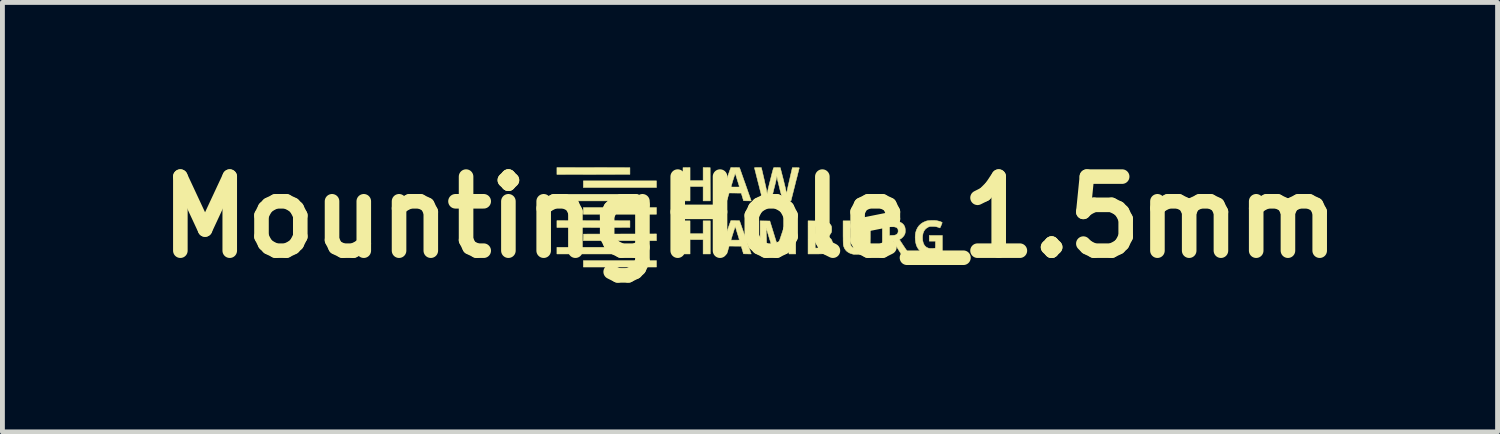
<source format=kicad_pcb>
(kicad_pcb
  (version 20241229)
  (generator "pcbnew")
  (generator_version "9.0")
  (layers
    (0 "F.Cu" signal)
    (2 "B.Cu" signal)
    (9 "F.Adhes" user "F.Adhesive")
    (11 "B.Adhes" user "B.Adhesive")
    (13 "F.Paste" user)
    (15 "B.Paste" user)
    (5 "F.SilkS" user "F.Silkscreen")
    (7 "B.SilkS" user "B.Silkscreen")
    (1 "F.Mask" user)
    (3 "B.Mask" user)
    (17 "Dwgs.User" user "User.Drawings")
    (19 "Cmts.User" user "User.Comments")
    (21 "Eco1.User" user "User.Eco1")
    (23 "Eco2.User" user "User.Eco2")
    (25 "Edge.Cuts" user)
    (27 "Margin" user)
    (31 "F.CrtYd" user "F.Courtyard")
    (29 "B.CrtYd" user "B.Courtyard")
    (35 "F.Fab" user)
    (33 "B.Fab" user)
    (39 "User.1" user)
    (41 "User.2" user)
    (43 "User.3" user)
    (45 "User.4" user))
  (footprint "MountingHole_1.5mm"
    (layer "F.Cu")
    (at 12.381 1.418)
    (property "Reference" "MountingHole_1.5mm" (at 0 0 0) (layer "F.SilkS") (effects (font (size 1.524 1.524) (thickness 0.3))))
    (attr through_hole)
    (fp_poly (pts (xy -2.469 -0.335) (xy -3.973 -0.335) (xy -3.973 -0.472) (xy -2.469 -0.472) (xy -2.469 -0.335)) (stroke (width 0.01) (type solid)) (fill yes) (layer "F.SilkS"))
    (fp_poly (pts (xy -2.469 0.757) (xy -3.973 0.757) (xy -3.973 0.62) (xy -2.469 0.62) (xy -2.469 0.757)) (stroke (width 0.01) (type solid)) (fill yes) (layer "F.SilkS"))
    (fp_poly (pts (xy -1.925 -0.61) (xy -3.429 -0.61) (xy -3.429 -0.747) (xy -1.925 -0.747) (xy -1.925 -0.61)) (stroke (width 0.01) (type solid)) (fill yes) (layer "F.SilkS"))
    (fp_poly (pts (xy -1.925 -0.061) (xy -3.429 -0.061) (xy -3.429 -0.198) (xy -1.925 -0.198) (xy -1.925 -0.061)) (stroke (width 0.01) (type solid)) (fill yes) (layer "F.SilkS"))
    (fp_poly (pts (xy -1.925 1.026) (xy -3.429 1.026) (xy -3.429 0.894) (xy -1.925 0.894) (xy -1.925 1.026)) (stroke (width 0.01) (type solid)) (fill yes) (layer "F.SilkS"))
    (fp_poly (pts (xy -2.471 0.074) (xy -2.471 0.211) (xy -3.222 0.212) (xy -3.973 0.213) (xy -3.973 0.071) (xy -2.471 0.074)) (stroke (width 0.01) (type solid)) (fill yes) (layer "F.SilkS"))
    (fp_poly (pts (xy -1.925 0.483) (xy -3.429 0.483) (xy -3.428 0.415) (xy -3.426 0.348) (xy -1.925 0.345) (xy -1.925 0.483)) (stroke (width 0.01) (type solid)) (fill yes) (layer "F.SilkS"))
    (fp_poly (pts (xy -3.222 -1.02) (xy -2.471 -1.019) (xy -2.471 -0.881) (xy -3.222 -0.88) (xy -3.973 -0.879) (xy -3.973 -1.021) (xy -3.222 -1.02)) (stroke (width 0.01) (type solid)) (fill yes) (layer "F.SilkS"))
    (fp_poly (pts (xy -1.234 0.34) (xy -0.965 0.34) (xy -0.965 0.076) (xy -0.818 0.076) (xy -0.818 0.757) (xy -0.965 0.757) (xy -0.965 0.462) (xy -1.234 0.462) (xy -1.234 0.757) (xy -1.382 0.757) (xy -1.382 0.076) (xy -1.234 0.076) (xy -1.234 0.34)) (stroke (width 0.01) (type solid)) (fill yes) (layer "F.SilkS"))
    (fp_poly (pts (xy -0.893 -1.02) (xy -0.82 -1.019) (xy -0.819 -0.677) (xy -0.818 -0.335) (xy -0.965 -0.335) (xy -0.965 -0.63) (xy -1.234 -0.63) (xy -1.234 -0.335) (xy -1.382 -0.335) (xy -1.379 -1.019) (xy -1.307 -1.02) (xy -1.234 -1.021) (xy -1.234 -0.752) (xy -0.965 -0.752) (xy -0.965 -1.021) (xy -0.893 -1.02)) (stroke (width 0.01) (type solid)) (fill yes) (layer "F.SilkS"))
    (fp_poly (pts (xy 0.94 0.757) (xy 0.801 0.757) (xy 0.806 0.226) (xy 0.632 0.754) (xy 0.496 0.754) (xy 0.415 0.489) (xy 0.399 0.439) (xy 0.385 0.393) (xy 0.372 0.35) (xy 0.36 0.312) (xy 0.35 0.28) (xy 0.342 0.255) (xy 0.336 0.237) (xy 0.332 0.227) (xy 0.332 0.225) (xy 0.332 0.231) (xy 0.332 0.245) (xy 0.332 0.266) (xy 0.333 0.292) (xy 0.335 0.323) (xy 0.335 0.331) (xy 0.336 0.364) (xy 0.338 0.404) (xy 0.339 0.45) (xy 0.34 0.498) (xy 0.34 0.547) (xy 0.34 0.593) (xy 0.34 0.596) (xy 0.34 0.757) (xy 0.208 0.757) (xy 0.208 0.076) (xy 0.308 0.077) (xy 0.408 0.079) (xy 0.487 0.334) (xy 0.502 0.383) (xy 0.516 0.429) (xy 0.529 0.47) (xy 0.541 0.507) (xy 0.551 0.538) (xy 0.559 0.563) (xy 0.565 0.58) (xy 0.568 0.588) (xy 0.569 0.589) (xy 0.571 0.585) (xy 0.576 0.571) (xy 0.583 0.55) (xy 0.593 0.521) (xy 0.605 0.487) (xy 0.618 0.447) (xy 0.633 0.403) (xy 0.648 0.356) (xy 0.656 0.334) (xy 0.739 0.079) (xy 0.84 0.077) (xy 0.94 0.076) (xy 0.94 0.757)) (stroke (width 0.01) (type solid)) (fill yes) (layer "F.SilkS"))
    (fp_poly (pts (xy 2.859 0.076) (xy 2.908 0.077) (xy 2.949 0.077) (xy 2.982 0.079) (xy 3.01 0.081) (xy 3.033 0.085) (xy 3.053 0.089) (xy 3.072 0.095) (xy 3.09 0.103) (xy 3.096 0.106) (xy 3.132 0.128) (xy 3.161 0.157) (xy 3.179 0.188) (xy 3.189 0.217) (xy 3.194 0.252) (xy 3.195 0.288) (xy 3.192 0.322) (xy 3.185 0.347) (xy 3.171 0.374) (xy 3.151 0.401) (xy 3.126 0.426) (xy 3.101 0.445) (xy 3.099 0.446) (xy 3.086 0.453) (xy 3.077 0.459) (xy 3.074 0.46) (xy 3.076 0.465) (xy 3.084 0.476) (xy 3.095 0.494) (xy 3.109 0.516) (xy 3.127 0.542) (xy 3.145 0.571) (xy 3.165 0.6) (xy 3.185 0.63) (xy 3.204 0.658) (xy 3.222 0.684) (xy 3.237 0.707) (xy 3.25 0.725) (xy 3.25 0.725) (xy 3.272 0.757) (xy 3.109 0.757) (xy 3.029 0.628) (xy 2.949 0.498) (xy 2.91 0.498) (xy 2.87 0.498) (xy 2.87 0.757) (xy 2.723 0.757) (xy 2.723 0.377) (xy 2.87 0.377) (xy 2.925 0.375) (xy 2.951 0.374) (xy 2.971 0.372) (xy 2.985 0.369) (xy 2.998 0.364) (xy 3.004 0.361) (xy 3.026 0.346) (xy 3.04 0.327) (xy 3.047 0.303) (xy 3.048 0.282) (xy 3.045 0.253) (xy 3.035 0.232) (xy 3.019 0.216) (xy 3.01 0.211) (xy 2.986 0.203) (xy 2.956 0.197) (xy 2.921 0.194) (xy 2.902 0.193) (xy 2.87 0.193) (xy 2.87 0.377) (xy 2.723 0.377) (xy 2.723 0.076) (xy 2.859 0.076)) (stroke (width 0.01) (type solid)) (fill yes) (layer "F.SilkS"))
    (fp_poly (pts (xy 2.403 0.076) (xy 2.474 0.076) (xy 2.474 0.319) (xy 2.474 0.378) (xy 2.474 0.428) (xy 2.473 0.469) (xy 2.473 0.503) (xy 2.472 0.532) (xy 2.47 0.554) (xy 2.469 0.573) (xy 2.466 0.588) (xy 2.463 0.601) (xy 2.459 0.613) (xy 2.454 0.624) (xy 2.448 0.636) (xy 2.446 0.639) (xy 2.423 0.675) (xy 2.39 0.706) (xy 2.35 0.732) (xy 2.303 0.752) (xy 2.296 0.754) (xy 2.277 0.758) (xy 2.25 0.762) (xy 2.22 0.764) (xy 2.188 0.765) (xy 2.158 0.765) (xy 2.133 0.764) (xy 2.122 0.762) (xy 2.076 0.75) (xy 2.034 0.731) (xy 1.997 0.707) (xy 1.97 0.68) (xy 1.947 0.647) (xy 1.93 0.609) (xy 1.92 0.574) (xy 1.919 0.563) (xy 1.918 0.543) (xy 1.917 0.514) (xy 1.916 0.478) (xy 1.916 0.436) (xy 1.915 0.388) (xy 1.915 0.337) (xy 1.915 0.312) (xy 1.915 0.076) (xy 2.062 0.076) (xy 2.064 0.319) (xy 2.064 0.375) (xy 2.064 0.421) (xy 2.065 0.46) (xy 2.065 0.491) (xy 2.066 0.515) (xy 2.066 0.534) (xy 2.067 0.549) (xy 2.069 0.559) (xy 2.07 0.567) (xy 2.072 0.573) (xy 2.074 0.578) (xy 2.076 0.582) (xy 2.092 0.607) (xy 2.112 0.624) (xy 2.136 0.636) (xy 2.167 0.641) (xy 2.195 0.642) (xy 2.232 0.64) (xy 2.262 0.634) (xy 2.285 0.621) (xy 2.303 0.602) (xy 2.317 0.575) (xy 2.32 0.568) (xy 2.322 0.562) (xy 2.324 0.554) (xy 2.325 0.544) (xy 2.327 0.53) (xy 2.328 0.511) (xy 2.328 0.487) (xy 2.329 0.457) (xy 2.33 0.42) (xy 2.33 0.375) (xy 2.331 0.32) (xy 2.331 0.311) (xy 2.332 0.076) (xy 2.403 0.076)) (stroke (width 0.01) (type solid)) (fill yes) (layer "F.SilkS"))
    (fp_poly (pts (xy -0.305 -1.02) (xy -0.216 -1.019) (xy -0.121 -0.749) (xy -0.102 -0.697) (xy -0.084 -0.645) (xy -0.066 -0.595) (xy -0.05 -0.548) (xy -0.035 -0.505) (xy -0.022 -0.468) (xy -0.011 -0.437) (xy -0.003 -0.415) (xy -0.001 -0.408) (xy 0.025 -0.335) (xy -0.054 -0.336) (xy -0.133 -0.338) (xy -0.157 -0.417) (xy -0.181 -0.495) (xy -0.43 -0.498) (xy -0.454 -0.417) (xy -0.479 -0.335) (xy -0.557 -0.335) (xy -0.584 -0.335) (xy -0.607 -0.336) (xy -0.624 -0.336) (xy -0.633 -0.337) (xy -0.635 -0.337) (xy -0.633 -0.342) (xy -0.629 -0.356) (xy -0.621 -0.377) (xy -0.612 -0.405) (xy -0.6 -0.439) (xy -0.586 -0.477) (xy -0.571 -0.52) (xy -0.555 -0.565) (xy -0.539 -0.613) (xy -0.534 -0.627) (xy -0.39 -0.627) (xy -0.389 -0.624) (xy -0.383 -0.622) (xy -0.372 -0.621) (xy -0.353 -0.62) (xy -0.326 -0.62) (xy -0.305 -0.62) (xy -0.273 -0.62) (xy -0.25 -0.62) (xy -0.235 -0.621) (xy -0.225 -0.622) (xy -0.221 -0.624) (xy -0.219 -0.627) (xy -0.22 -0.629) (xy -0.223 -0.642) (xy -0.229 -0.662) (xy -0.237 -0.687) (xy -0.246 -0.716) (xy -0.256 -0.747) (xy -0.266 -0.779) (xy -0.275 -0.81) (xy -0.284 -0.839) (xy -0.292 -0.864) (xy -0.299 -0.883) (xy -0.303 -0.896) (xy -0.304 -0.9) (xy -0.306 -0.896) (xy -0.311 -0.884) (xy -0.317 -0.865) (xy -0.325 -0.841) (xy -0.334 -0.812) (xy -0.344 -0.782) (xy -0.354 -0.75) (xy -0.363 -0.719) (xy -0.372 -0.689) (xy -0.38 -0.663) (xy -0.386 -0.642) (xy -0.39 -0.627) (xy -0.39 -0.627) (xy -0.534 -0.627) (xy -0.522 -0.661) (xy -0.505 -0.71) (xy -0.488 -0.758) (xy -0.472 -0.804) (xy -0.457 -0.847) (xy -0.443 -0.887) (xy -0.43 -0.922) (xy -0.42 -0.951) (xy -0.412 -0.974) (xy -0.406 -0.989) (xy -0.405 -0.992) (xy -0.395 -1.021) (xy -0.305 -1.02)) (stroke (width 0.01) (type solid)) (fill yes) (layer "F.SilkS"))
    (fp_poly (pts (xy -0.332 0.072) (xy -0.306 0.072) (xy -0.216 0.074) (xy -0.113 0.366) (xy -0.095 0.419) (xy -0.076 0.472) (xy -0.059 0.521) (xy -0.042 0.567) (xy -0.028 0.609) (xy -0.015 0.645) (xy -0.005 0.674) (xy 0.003 0.695) (xy 0.007 0.708) (xy 0.025 0.757) (xy -0.054 0.756) (xy -0.134 0.754) (xy -0.181 0.597) (xy -0.306 0.596) (xy -0.43 0.594) (xy -0.441 0.634) (xy -0.449 0.659) (xy -0.457 0.688) (xy -0.465 0.714) (xy -0.466 0.715) (xy -0.479 0.757) (xy -0.557 0.757) (xy -0.584 0.757) (xy -0.607 0.757) (xy -0.624 0.756) (xy -0.633 0.756) (xy -0.635 0.755) (xy -0.633 0.75) (xy -0.629 0.737) (xy -0.621 0.715) (xy -0.611 0.686) (xy -0.598 0.65) (xy -0.584 0.609) (xy -0.568 0.562) (xy -0.55 0.512) (xy -0.536 0.472) (xy -0.392 0.472) (xy -0.305 0.472) (xy -0.277 0.472) (xy -0.252 0.472) (xy -0.233 0.471) (xy -0.222 0.471) (xy -0.218 0.47) (xy -0.22 0.465) (xy -0.224 0.451) (xy -0.23 0.431) (xy -0.237 0.406) (xy -0.246 0.377) (xy -0.256 0.346) (xy -0.266 0.314) (xy -0.275 0.283) (xy -0.284 0.254) (xy -0.292 0.229) (xy -0.298 0.209) (xy -0.302 0.197) (xy -0.303 0.193) (xy -0.305 0.196) (xy -0.309 0.208) (xy -0.316 0.226) (xy -0.324 0.25) (xy -0.333 0.278) (xy -0.343 0.309) (xy -0.353 0.342) (xy -0.364 0.374) (xy -0.373 0.406) (xy -0.382 0.435) (xy -0.389 0.459) (xy -0.389 0.461) (xy -0.392 0.472) (xy -0.536 0.472) (xy -0.531 0.458) (xy -0.516 0.414) (xy -0.496 0.358) (xy -0.477 0.305) (xy -0.46 0.255) (xy -0.444 0.21) (xy -0.43 0.17) (xy -0.418 0.135) (xy -0.408 0.108) (xy -0.401 0.088) (xy -0.397 0.076) (xy -0.396 0.073) (xy -0.391 0.072) (xy -0.378 0.072) (xy -0.358 0.072) (xy -0.332 0.072)) (stroke (width 0.01) (type solid)) (fill yes) (layer "F.SilkS"))
    (fp_poly (pts (xy 3.801 0.068) (xy 3.83 0.071) (xy 3.832 0.071) (xy 3.858 0.076) (xy 3.884 0.082) (xy 3.909 0.089) (xy 3.929 0.097) (xy 3.945 0.104) (xy 3.953 0.11) (xy 3.953 0.112) (xy 3.951 0.12) (xy 3.946 0.134) (xy 3.938 0.154) (xy 3.931 0.172) (xy 3.921 0.195) (xy 3.914 0.21) (xy 3.908 0.218) (xy 3.904 0.221) (xy 3.902 0.22) (xy 3.87 0.207) (xy 3.842 0.199) (xy 3.814 0.193) (xy 3.782 0.191) (xy 3.759 0.191) (xy 3.732 0.191) (xy 3.712 0.191) (xy 3.698 0.193) (xy 3.686 0.196) (xy 3.673 0.201) (xy 3.667 0.204) (xy 3.629 0.227) (xy 3.598 0.256) (xy 3.575 0.293) (xy 3.559 0.336) (xy 3.551 0.386) (xy 3.549 0.424) (xy 3.552 0.478) (xy 3.563 0.525) (xy 3.579 0.564) (xy 3.603 0.596) (xy 3.632 0.621) (xy 3.668 0.637) (xy 3.672 0.638) (xy 3.69 0.642) (xy 3.71 0.644) (xy 3.735 0.644) (xy 3.753 0.644) (xy 3.775 0.642) (xy 3.794 0.64) (xy 3.806 0.639) (xy 3.81 0.638) (xy 3.812 0.631) (xy 3.814 0.617) (xy 3.815 0.595) (xy 3.815 0.567) (xy 3.815 0.564) (xy 3.815 0.493) (xy 3.688 0.493) (xy 3.688 0.376) (xy 3.957 0.376) (xy 3.957 0.73) (xy 3.926 0.738) (xy 3.886 0.749) (xy 3.851 0.756) (xy 3.816 0.76) (xy 3.779 0.763) (xy 3.744 0.765) (xy 3.705 0.765) (xy 3.673 0.765) (xy 3.648 0.762) (xy 3.63 0.759) (xy 3.578 0.744) (xy 3.532 0.72) (xy 3.492 0.688) (xy 3.459 0.649) (xy 3.433 0.603) (xy 3.42 0.569) (xy 3.408 0.522) (xy 3.401 0.469) (xy 3.398 0.414) (xy 3.401 0.361) (xy 3.406 0.321) (xy 3.423 0.266) (xy 3.447 0.217) (xy 3.479 0.173) (xy 3.519 0.136) (xy 3.565 0.106) (xy 3.617 0.084) (xy 3.635 0.078) (xy 3.66 0.073) (xy 3.692 0.07) (xy 3.729 0.068) (xy 3.766 0.067) (xy 3.801 0.068)) (stroke (width 0.01) (type solid)) (fill yes) (layer "F.SilkS"))
    (fp_poly (pts (xy 1.358 0.078) (xy 1.405 0.078) (xy 1.444 0.079) (xy 1.474 0.08) (xy 1.499 0.081) (xy 1.517 0.083) (xy 1.532 0.084) (xy 1.544 0.087) (xy 1.552 0.089) (xy 1.591 0.103) (xy 1.622 0.12) (xy 1.646 0.141) (xy 1.664 0.167) (xy 1.665 0.17) (xy 1.672 0.182) (xy 1.676 0.194) (xy 1.678 0.208) (xy 1.679 0.226) (xy 1.679 0.249) (xy 1.679 0.274) (xy 1.678 0.292) (xy 1.675 0.305) (xy 1.671 0.317) (xy 1.665 0.328) (xy 1.656 0.343) (xy 1.643 0.359) (xy 1.63 0.373) (xy 1.618 0.382) (xy 1.61 0.386) (xy 1.603 0.388) (xy 1.592 0.391) (xy 1.584 0.395) (xy 1.583 0.397) (xy 1.588 0.401) (xy 1.601 0.406) (xy 1.607 0.409) (xy 1.641 0.427) (xy 1.666 0.45) (xy 1.684 0.479) (xy 1.695 0.516) (xy 1.697 0.525) (xy 1.699 0.57) (xy 1.692 0.613) (xy 1.677 0.651) (xy 1.653 0.685) (xy 1.62 0.713) (xy 1.593 0.729) (xy 1.577 0.736) (xy 1.56 0.742) (xy 1.542 0.747) (xy 1.521 0.751) (xy 1.496 0.753) (xy 1.465 0.755) (xy 1.428 0.756) (xy 1.383 0.757) (xy 1.345 0.757) (xy 1.194 0.757) (xy 1.194 0.636) (xy 1.341 0.636) (xy 1.416 0.634) (xy 1.446 0.633) (xy 1.467 0.632) (xy 1.483 0.631) (xy 1.494 0.628) (xy 1.502 0.625) (xy 1.51 0.621) (xy 1.53 0.603) (xy 1.542 0.581) (xy 1.548 0.556) (xy 1.546 0.53) (xy 1.538 0.506) (xy 1.522 0.486) (xy 1.506 0.475) (xy 1.496 0.471) (xy 1.485 0.468) (xy 1.47 0.466) (xy 1.449 0.464) (xy 1.421 0.463) (xy 1.414 0.463) (xy 1.341 0.461) (xy 1.341 0.636) (xy 1.194 0.636) (xy 1.194 0.347) (xy 1.341 0.347) (xy 1.406 0.344) (xy 1.44 0.343) (xy 1.465 0.34) (xy 1.484 0.336) (xy 1.492 0.333) (xy 1.513 0.32) (xy 1.525 0.302) (xy 1.531 0.277) (xy 1.531 0.267) (xy 1.529 0.245) (xy 1.522 0.228) (xy 1.51 0.215) (xy 1.491 0.206) (xy 1.464 0.199) (xy 1.429 0.195) (xy 1.406 0.194) (xy 1.341 0.192) (xy 1.341 0.347) (xy 1.194 0.347) (xy 1.194 0.075) (xy 1.358 0.078)) (stroke (width 0.01) (type solid)) (fill yes) (layer "F.SilkS"))
    (fp_poly (pts (xy 0.188 -1.021) (xy 0.21 -1.021) (xy 0.225 -1.02) (xy 0.233 -1.02) (xy 0.234 -1.02) (xy 0.235 -1.015) (xy 0.238 -1.001) (xy 0.243 -0.979) (xy 0.25 -0.95) (xy 0.258 -0.916) (xy 0.267 -0.877) (xy 0.277 -0.834) (xy 0.282 -0.813) (xy 0.293 -0.766) (xy 0.303 -0.719) (xy 0.313 -0.675) (xy 0.323 -0.634) (xy 0.33 -0.598) (xy 0.337 -0.568) (xy 0.341 -0.547) (xy 0.341 -0.543) (xy 0.353 -0.479) (xy 0.364 -0.542) (xy 0.368 -0.558) (xy 0.373 -0.582) (xy 0.38 -0.613) (xy 0.389 -0.648) (xy 0.398 -0.687) (xy 0.409 -0.729) (xy 0.42 -0.772) (xy 0.431 -0.816) (xy 0.441 -0.857) (xy 0.451 -0.897) (xy 0.461 -0.932) (xy 0.469 -0.963) (xy 0.476 -0.987) (xy 0.48 -1.003) (xy 0.483 -1.01) (xy 0.485 -1.014) (xy 0.489 -1.018) (xy 0.495 -1.02) (xy 0.506 -1.02) (xy 0.524 -1.021) (xy 0.55 -1.02) (xy 0.555 -1.02) (xy 0.622 -1.019) (xy 0.674 -0.818) (xy 0.686 -0.772) (xy 0.697 -0.726) (xy 0.708 -0.681) (xy 0.718 -0.64) (xy 0.727 -0.605) (xy 0.733 -0.575) (xy 0.738 -0.554) (xy 0.738 -0.552) (xy 0.743 -0.528) (xy 0.747 -0.509) (xy 0.751 -0.497) (xy 0.753 -0.492) (xy 0.753 -0.493) (xy 0.755 -0.501) (xy 0.759 -0.516) (xy 0.763 -0.537) (xy 0.767 -0.559) (xy 0.77 -0.577) (xy 0.776 -0.604) (xy 0.783 -0.637) (xy 0.792 -0.676) (xy 0.802 -0.719) (xy 0.812 -0.764) (xy 0.823 -0.81) (xy 0.824 -0.818) (xy 0.871 -1.019) (xy 0.942 -1.019) (xy 0.972 -1.018) (xy 0.995 -1.017) (xy 1.008 -1.016) (xy 1.013 -1.013) (xy 1.012 -1.008) (xy 1.008 -0.993) (xy 1.002 -0.97) (xy 0.995 -0.94) (xy 0.985 -0.903) (xy 0.975 -0.86) (xy 0.963 -0.813) (xy 0.949 -0.761) (xy 0.935 -0.706) (xy 0.927 -0.672) (xy 0.842 -0.335) (xy 0.676 -0.335) (xy 0.671 -0.354) (xy 0.661 -0.392) (xy 0.65 -0.434) (xy 0.638 -0.48) (xy 0.626 -0.526) (xy 0.614 -0.573) (xy 0.603 -0.619) (xy 0.592 -0.663) (xy 0.583 -0.702) (xy 0.574 -0.736) (xy 0.568 -0.763) (xy 0.564 -0.782) (xy 0.563 -0.785) (xy 0.552 -0.845) (xy 0.542 -0.793) (xy 0.539 -0.776) (xy 0.533 -0.75) (xy 0.526 -0.717) (xy 0.517 -0.68) (xy 0.507 -0.639) (xy 0.496 -0.597) (xy 0.489 -0.57) (xy 0.479 -0.528) (xy 0.469 -0.488) (xy 0.459 -0.452) (xy 0.451 -0.42) (xy 0.444 -0.394) (xy 0.44 -0.375) (xy 0.438 -0.367) (xy 0.43 -0.335) (xy 0.347 -0.335) (xy 0.316 -0.335) (xy 0.294 -0.336) (xy 0.279 -0.337) (xy 0.27 -0.338) (xy 0.265 -0.34) (xy 0.262 -0.343) (xy 0.262 -0.344) (xy 0.26 -0.352) (xy 0.256 -0.369) (xy 0.249 -0.393) (xy 0.241 -0.423) (xy 0.232 -0.46) (xy 0.222 -0.501) (xy 0.21 -0.546) (xy 0.198 -0.593) (xy 0.186 -0.642) (xy 0.173 -0.692) (xy 0.16 -0.742) (xy 0.148 -0.79) (xy 0.136 -0.837) (xy 0.125 -0.88) (xy 0.116 -0.919) (xy 0.107 -0.952) (xy 0.1 -0.98) (xy 0.095 -1) (xy 0.092 -1.013) (xy 0.091 -1.016) (xy 0.096 -1.018) (xy 0.11 -1.02) (xy 0.131 -1.021) (xy 0.157 -1.021) (xy 0.163 -1.021) (xy 0.188 -1.021)) (stroke (width 0.01) (type solid)) (fill yes) (layer "F.SilkS")))
  (gr_rect
    (start -3 -3)
    (end 27.761 5.836)
    (stroke (width 0.1) (type default))
    (fill no)
    (layer "Edge.Cuts")))
</source>
